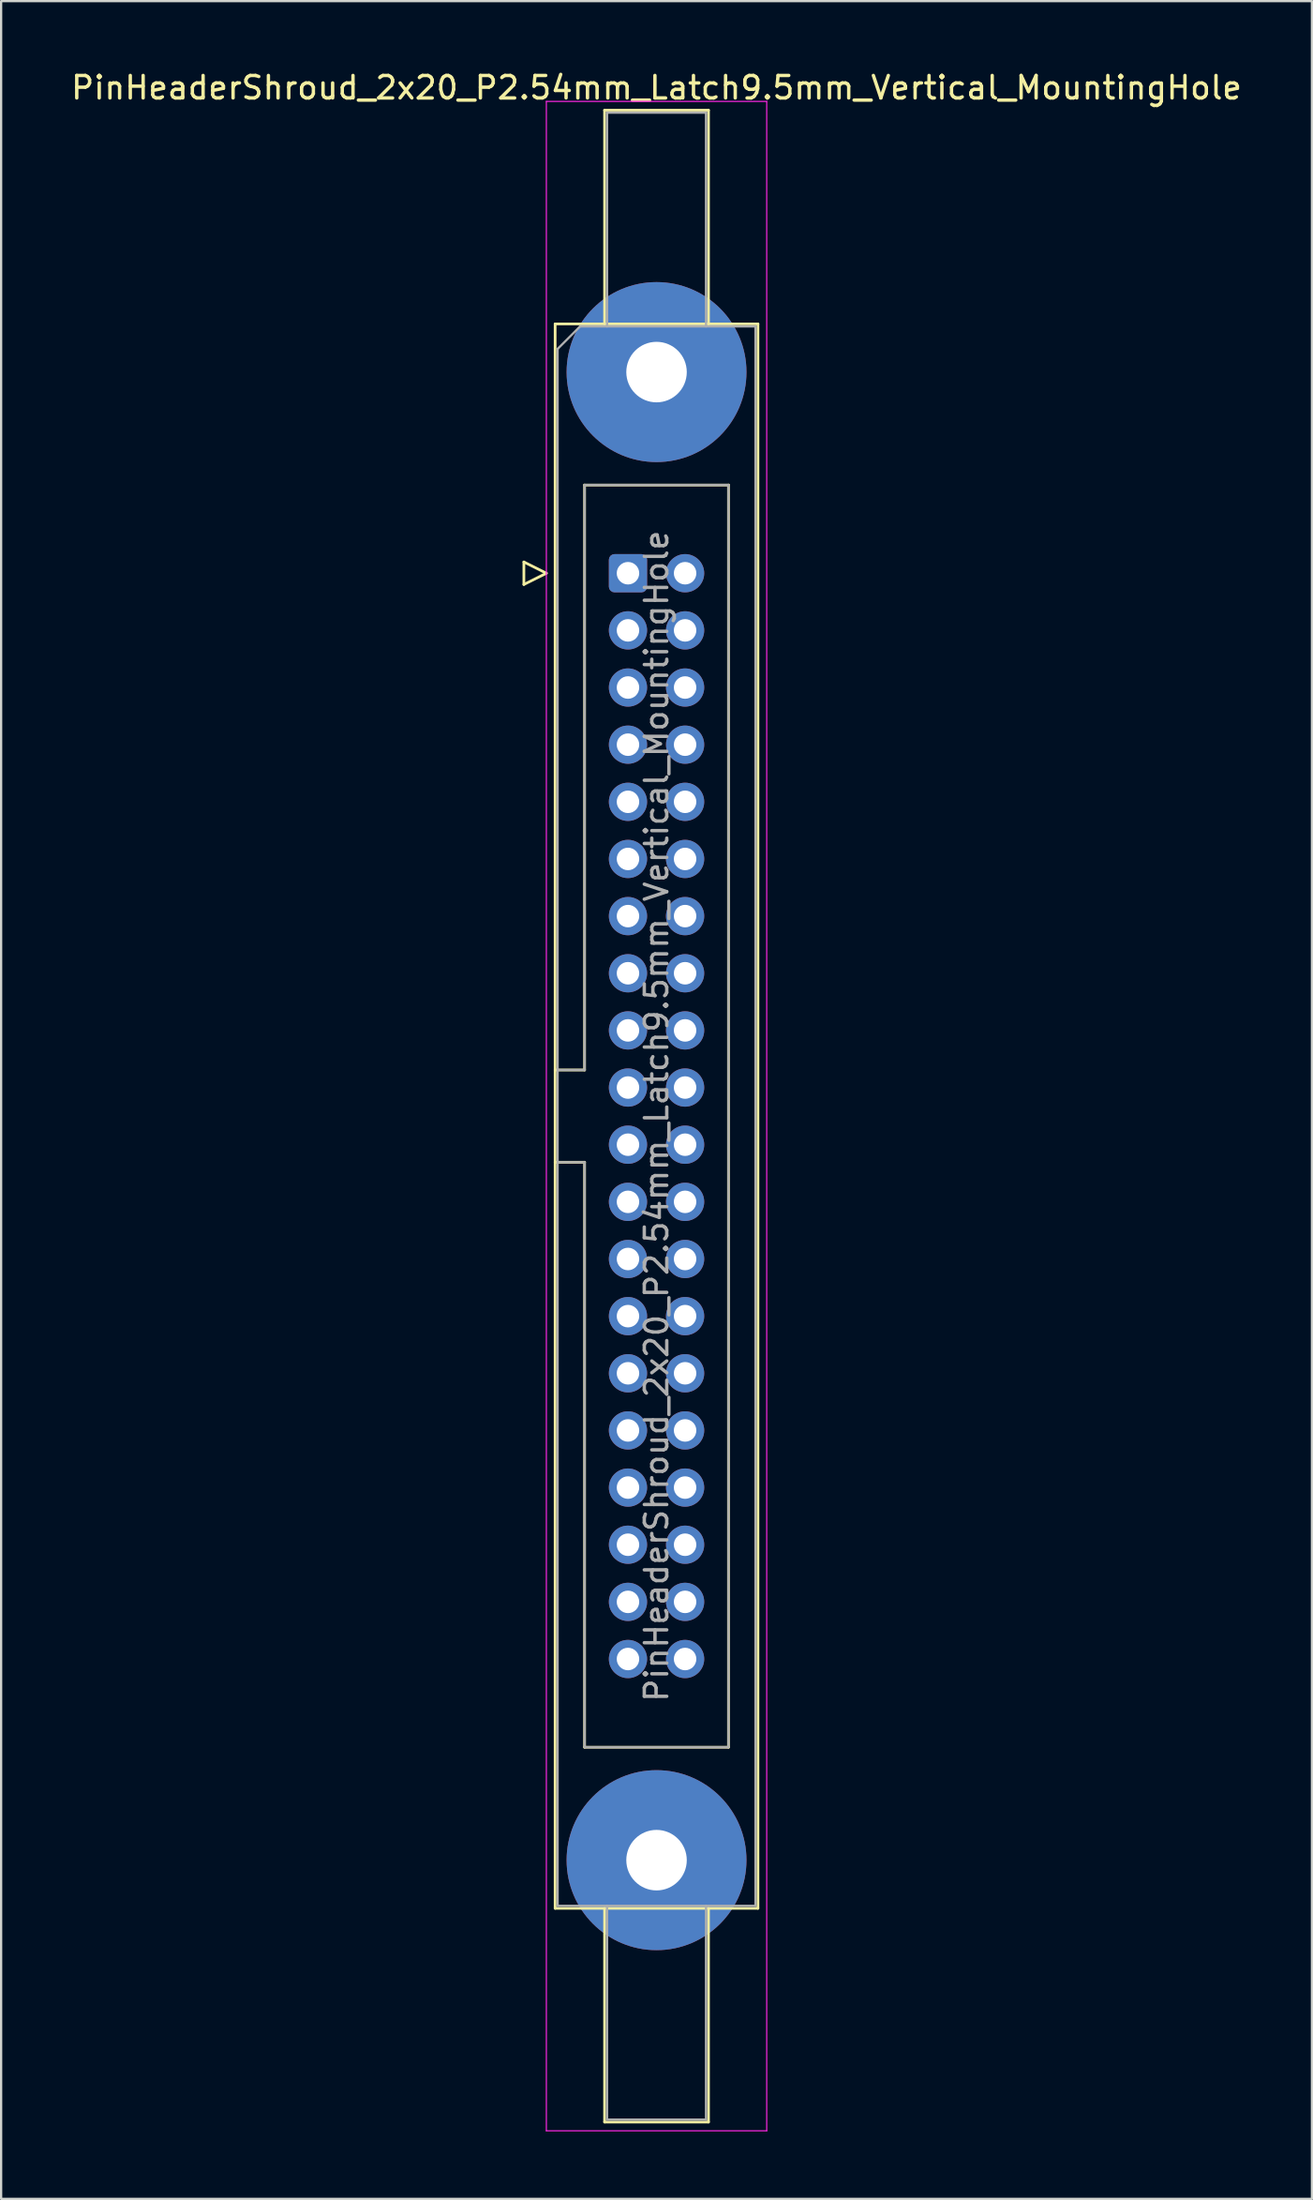
<source format=kicad_pcb>
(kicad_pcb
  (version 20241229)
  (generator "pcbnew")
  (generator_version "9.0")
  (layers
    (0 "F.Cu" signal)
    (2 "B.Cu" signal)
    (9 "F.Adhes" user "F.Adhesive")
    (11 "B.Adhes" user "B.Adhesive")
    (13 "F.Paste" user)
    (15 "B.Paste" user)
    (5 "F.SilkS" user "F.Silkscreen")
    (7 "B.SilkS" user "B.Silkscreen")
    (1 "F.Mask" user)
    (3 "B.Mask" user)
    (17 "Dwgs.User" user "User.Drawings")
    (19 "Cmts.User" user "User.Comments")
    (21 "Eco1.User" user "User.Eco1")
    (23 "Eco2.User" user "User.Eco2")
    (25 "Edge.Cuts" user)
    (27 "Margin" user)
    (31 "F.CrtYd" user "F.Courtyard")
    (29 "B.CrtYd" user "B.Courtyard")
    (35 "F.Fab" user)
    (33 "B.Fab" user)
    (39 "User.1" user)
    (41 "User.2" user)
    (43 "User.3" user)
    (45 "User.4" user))
  (footprint "PinHeaderShroud_2x20_P2.54mm_Latch9.5mm_Vertical_MountingHole"
    (layer "F.Cu")
    (at 24.879 22.428)
    (property "Reference" "PinHeaderShroud_2x20_P2.54mm_Latch9.5mm_Vertical_MountingHole" (at 1.27 -21.58 0) (layer "F.SilkS") (effects (font (size 1 1) (thickness 0.15))))
    (attr through_hole)
    (fp_line (start -4.63 -0.5) (end -4.63 0.5) (stroke (width 0.12) (type solid)) (layer "F.SilkS"))
    (fp_line (start -4.63 0.5) (end -3.63 0) (stroke (width 0.12) (type solid)) (layer "F.SilkS"))
    (fp_line (start -3.63 0) (end -4.63 -0.5) (stroke (width 0.12) (type solid)) (layer "F.SilkS"))
    (fp_line (start -3.24 -11.08) (end 5.78 -11.08) (stroke (width 0.12) (type solid)) (layer "F.SilkS"))
    (fp_line (start -3.24 22.08) (end -1.93 22.08) (stroke (width 0.12) (type solid)) (layer "F.SilkS"))
    (fp_line (start -3.24 26.18) (end -1.93 26.18) (stroke (width 0.12) (type solid)) (layer "F.SilkS"))
    (fp_line (start -3.24 59.34) (end -3.24 -11.08) (stroke (width 0.12) (type solid)) (layer "F.SilkS"))
    (fp_line (start -1.93 -3.92) (end 4.47 -3.92) (stroke (width 0.12) (type solid)) (layer "F.SilkS"))
    (fp_line (start -1.93 22.08) (end -1.93 -3.92) (stroke (width 0.12) (type solid)) (layer "F.SilkS"))
    (fp_line (start -1.93 52.18) (end -1.93 26.18) (stroke (width 0.12) (type solid)) (layer "F.SilkS"))
    (fp_line (start -1.04 -20.58) (end 3.58 -20.58) (stroke (width 0.12) (type solid)) (layer "F.SilkS"))
    (fp_line (start -1.04 -11.08) (end -1.04 -20.58) (stroke (width 0.12) (type solid)) (layer "F.SilkS"))
    (fp_line (start -1.04 59.34) (end -1.04 68.84) (stroke (width 0.12) (type solid)) (layer "F.SilkS"))
    (fp_line (start -1.04 68.84) (end 3.58 68.84) (stroke (width 0.12) (type solid)) (layer "F.SilkS"))
    (fp_line (start 3.58 -20.58) (end 3.58 -11.08) (stroke (width 0.12) (type solid)) (layer "F.SilkS"))
    (fp_line (start 3.58 68.84) (end 3.58 59.34) (stroke (width 0.12) (type solid)) (layer "F.SilkS"))
    (fp_line (start 4.47 -3.92) (end 4.47 52.18) (stroke (width 0.12) (type solid)) (layer "F.SilkS"))
    (fp_line (start 4.47 52.18) (end -1.93 52.18) (stroke (width 0.12) (type solid)) (layer "F.SilkS"))
    (fp_line (start 5.78 -11.08) (end 5.78 59.34) (stroke (width 0.12) (type solid)) (layer "F.SilkS"))
    (fp_line (start 5.78 59.34) (end -3.24 59.34) (stroke (width 0.12) (type solid)) (layer "F.SilkS"))
    (fp_line (start -3.63 -20.97) (end -3.63 69.23) (stroke (width 0.05) (type solid)) (layer "F.CrtYd"))
    (fp_line (start -3.63 69.23) (end 6.17 69.23) (stroke (width 0.05) (type solid)) (layer "F.CrtYd"))
    (fp_line (start 6.17 -20.97) (end -3.63 -20.97) (stroke (width 0.05) (type solid)) (layer "F.CrtYd"))
    (fp_line (start 6.17 69.23) (end 6.17 -20.97) (stroke (width 0.05) (type solid)) (layer "F.CrtYd"))
    (fp_line (start -3.13 -9.97) (end -2.13 -10.97) (stroke (width 0.1) (type solid)) (layer "F.Fab"))
    (fp_line (start -3.13 22.08) (end -1.93 22.08) (stroke (width 0.1) (type solid)) (layer "F.Fab"))
    (fp_line (start -3.13 26.18) (end -1.93 26.18) (stroke (width 0.1) (type solid)) (layer "F.Fab"))
    (fp_line (start -3.13 59.23) (end -3.13 -9.97) (stroke (width 0.1) (type solid)) (layer "F.Fab"))
    (fp_line (start -2.13 -10.97) (end 5.67 -10.97) (stroke (width 0.1) (type solid)) (layer "F.Fab"))
    (fp_line (start -1.93 -3.92) (end 4.47 -3.92) (stroke (width 0.1) (type solid)) (layer "F.Fab"))
    (fp_line (start -1.93 22.08) (end -1.93 -3.92) (stroke (width 0.1) (type solid)) (layer "F.Fab"))
    (fp_line (start -1.93 52.18) (end -1.93 26.18) (stroke (width 0.1) (type solid)) (layer "F.Fab"))
    (fp_line (start -0.93 -20.47) (end 3.47 -20.47) (stroke (width 0.1) (type solid)) (layer "F.Fab"))
    (fp_line (start -0.93 -10.97) (end -0.93 -20.47) (stroke (width 0.1) (type solid)) (layer "F.Fab"))
    (fp_line (start -0.93 59.23) (end -0.93 68.73) (stroke (width 0.1) (type solid)) (layer "F.Fab"))
    (fp_line (start -0.93 68.73) (end 3.47 68.73) (stroke (width 0.1) (type solid)) (layer "F.Fab"))
    (fp_line (start 3.47 -20.47) (end 3.47 -10.97) (stroke (width 0.1) (type solid)) (layer "F.Fab"))
    (fp_line (start 3.47 68.73) (end 3.47 59.23) (stroke (width 0.1) (type solid)) (layer "F.Fab"))
    (fp_line (start 4.47 -3.92) (end 4.47 52.18) (stroke (width 0.1) (type solid)) (layer "F.Fab"))
    (fp_line (start 4.47 52.18) (end -1.93 52.18) (stroke (width 0.1) (type solid)) (layer "F.Fab"))
    (fp_line (start 5.67 -10.97) (end 5.67 59.23) (stroke (width 0.1) (type solid)) (layer "F.Fab"))
    (fp_line (start 5.67 59.23) (end -3.13 59.23) (stroke (width 0.1) (type solid)) (layer "F.Fab"))
    (fp_text user "${REFERENCE}" (at 1.27 24.13 90) (layer "F.Fab") (effects (font (size 1 1) (thickness 0.15))))
    (pad "" thru_hole circle (at 1.27 -8.94) (size 8 8) (drill 2.69) (layers "*.Cu" "*.Mask"))
    (pad "" thru_hole circle (at 1.27 57.2) (size 8 8) (drill 2.69) (layers "*.Cu" "*.Mask"))
    (pad "1" thru_hole roundrect (at 0 0) (size 1.7 1.7) (drill 1) (layers "*.Cu" "*.Mask") (roundrect_rratio 0.147))
    (pad "2" thru_hole circle (at 2.54 0) (size 1.7 1.7) (drill 1) (layers "*.Cu" "*.Mask"))
    (pad "3" thru_hole circle (at 0 2.54) (size 1.7 1.7) (drill 1) (layers "*.Cu" "*.Mask"))
    (pad "4" thru_hole circle (at 2.54 2.54) (size 1.7 1.7) (drill 1) (layers "*.Cu" "*.Mask"))
    (pad "5" thru_hole circle (at 0 5.08) (size 1.7 1.7) (drill 1) (layers "*.Cu" "*.Mask"))
    (pad "6" thru_hole circle (at 2.54 5.08) (size 1.7 1.7) (drill 1) (layers "*.Cu" "*.Mask"))
    (pad "7" thru_hole circle (at 0 7.62) (size 1.7 1.7) (drill 1) (layers "*.Cu" "*.Mask"))
    (pad "8" thru_hole circle (at 2.54 7.62) (size 1.7 1.7) (drill 1) (layers "*.Cu" "*.Mask"))
    (pad "9" thru_hole circle (at 0 10.16) (size 1.7 1.7) (drill 1) (layers "*.Cu" "*.Mask"))
    (pad "10" thru_hole circle (at 2.54 10.16) (size 1.7 1.7) (drill 1) (layers "*.Cu" "*.Mask"))
    (pad "11" thru_hole circle (at 0 12.7) (size 1.7 1.7) (drill 1) (layers "*.Cu" "*.Mask"))
    (pad "12" thru_hole circle (at 2.54 12.7) (size 1.7 1.7) (drill 1) (layers "*.Cu" "*.Mask"))
    (pad "13" thru_hole circle (at 0 15.24) (size 1.7 1.7) (drill 1) (layers "*.Cu" "*.Mask"))
    (pad "14" thru_hole circle (at 2.54 15.24) (size 1.7 1.7) (drill 1) (layers "*.Cu" "*.Mask"))
    (pad "15" thru_hole circle (at 0 17.78) (size 1.7 1.7) (drill 1) (layers "*.Cu" "*.Mask"))
    (pad "16" thru_hole circle (at 2.54 17.78) (size 1.7 1.7) (drill 1) (layers "*.Cu" "*.Mask"))
    (pad "17" thru_hole circle (at 0 20.32) (size 1.7 1.7) (drill 1) (layers "*.Cu" "*.Mask"))
    (pad "18" thru_hole circle (at 2.54 20.32) (size 1.7 1.7) (drill 1) (layers "*.Cu" "*.Mask"))
    (pad "19" thru_hole circle (at 0 22.86) (size 1.7 1.7) (drill 1) (layers "*.Cu" "*.Mask"))
    (pad "20" thru_hole circle (at 2.54 22.86) (size 1.7 1.7) (drill 1) (layers "*.Cu" "*.Mask"))
    (pad "21" thru_hole circle (at 0 25.4) (size 1.7 1.7) (drill 1) (layers "*.Cu" "*.Mask"))
    (pad "22" thru_hole circle (at 2.54 25.4) (size 1.7 1.7) (drill 1) (layers "*.Cu" "*.Mask"))
    (pad "23" thru_hole circle (at 0 27.94) (size 1.7 1.7) (drill 1) (layers "*.Cu" "*.Mask"))
    (pad "24" thru_hole circle (at 2.54 27.94) (size 1.7 1.7) (drill 1) (layers "*.Cu" "*.Mask"))
    (pad "25" thru_hole circle (at 0 30.48) (size 1.7 1.7) (drill 1) (layers "*.Cu" "*.Mask"))
    (pad "26" thru_hole circle (at 2.54 30.48) (size 1.7 1.7) (drill 1) (layers "*.Cu" "*.Mask"))
    (pad "27" thru_hole circle (at 0 33.02) (size 1.7 1.7) (drill 1) (layers "*.Cu" "*.Mask"))
    (pad "28" thru_hole circle (at 2.54 33.02) (size 1.7 1.7) (drill 1) (layers "*.Cu" "*.Mask"))
    (pad "29" thru_hole circle (at 0 35.56) (size 1.7 1.7) (drill 1) (layers "*.Cu" "*.Mask"))
    (pad "30" thru_hole circle (at 2.54 35.56) (size 1.7 1.7) (drill 1) (layers "*.Cu" "*.Mask"))
    (pad "31" thru_hole circle (at 0 38.1) (size 1.7 1.7) (drill 1) (layers "*.Cu" "*.Mask"))
    (pad "32" thru_hole circle (at 2.54 38.1) (size 1.7 1.7) (drill 1) (layers "*.Cu" "*.Mask"))
    (pad "33" thru_hole circle (at 0 40.64) (size 1.7 1.7) (drill 1) (layers "*.Cu" "*.Mask"))
    (pad "34" thru_hole circle (at 2.54 40.64) (size 1.7 1.7) (drill 1) (layers "*.Cu" "*.Mask"))
    (pad "35" thru_hole circle (at 0 43.18) (size 1.7 1.7) (drill 1) (layers "*.Cu" "*.Mask"))
    (pad "36" thru_hole circle (at 2.54 43.18) (size 1.7 1.7) (drill 1) (layers "*.Cu" "*.Mask"))
    (pad "37" thru_hole circle (at 0 45.72) (size 1.7 1.7) (drill 1) (layers "*.Cu" "*.Mask"))
    (pad "38" thru_hole circle (at 2.54 45.72) (size 1.7 1.7) (drill 1) (layers "*.Cu" "*.Mask"))
    (pad "39" thru_hole circle (at 0 48.26) (size 1.7 1.7) (drill 1) (layers "*.Cu" "*.Mask"))
    (pad "40" thru_hole circle (at 2.54 48.26) (size 1.7 1.7) (drill 1) (layers "*.Cu" "*.Mask")))
  (gr_rect
    (start -3 -3)
    (end 55.298 94.683)
    (stroke (width 0.1) (type default))
    (fill no)
    (layer "Edge.Cuts")))
</source>
